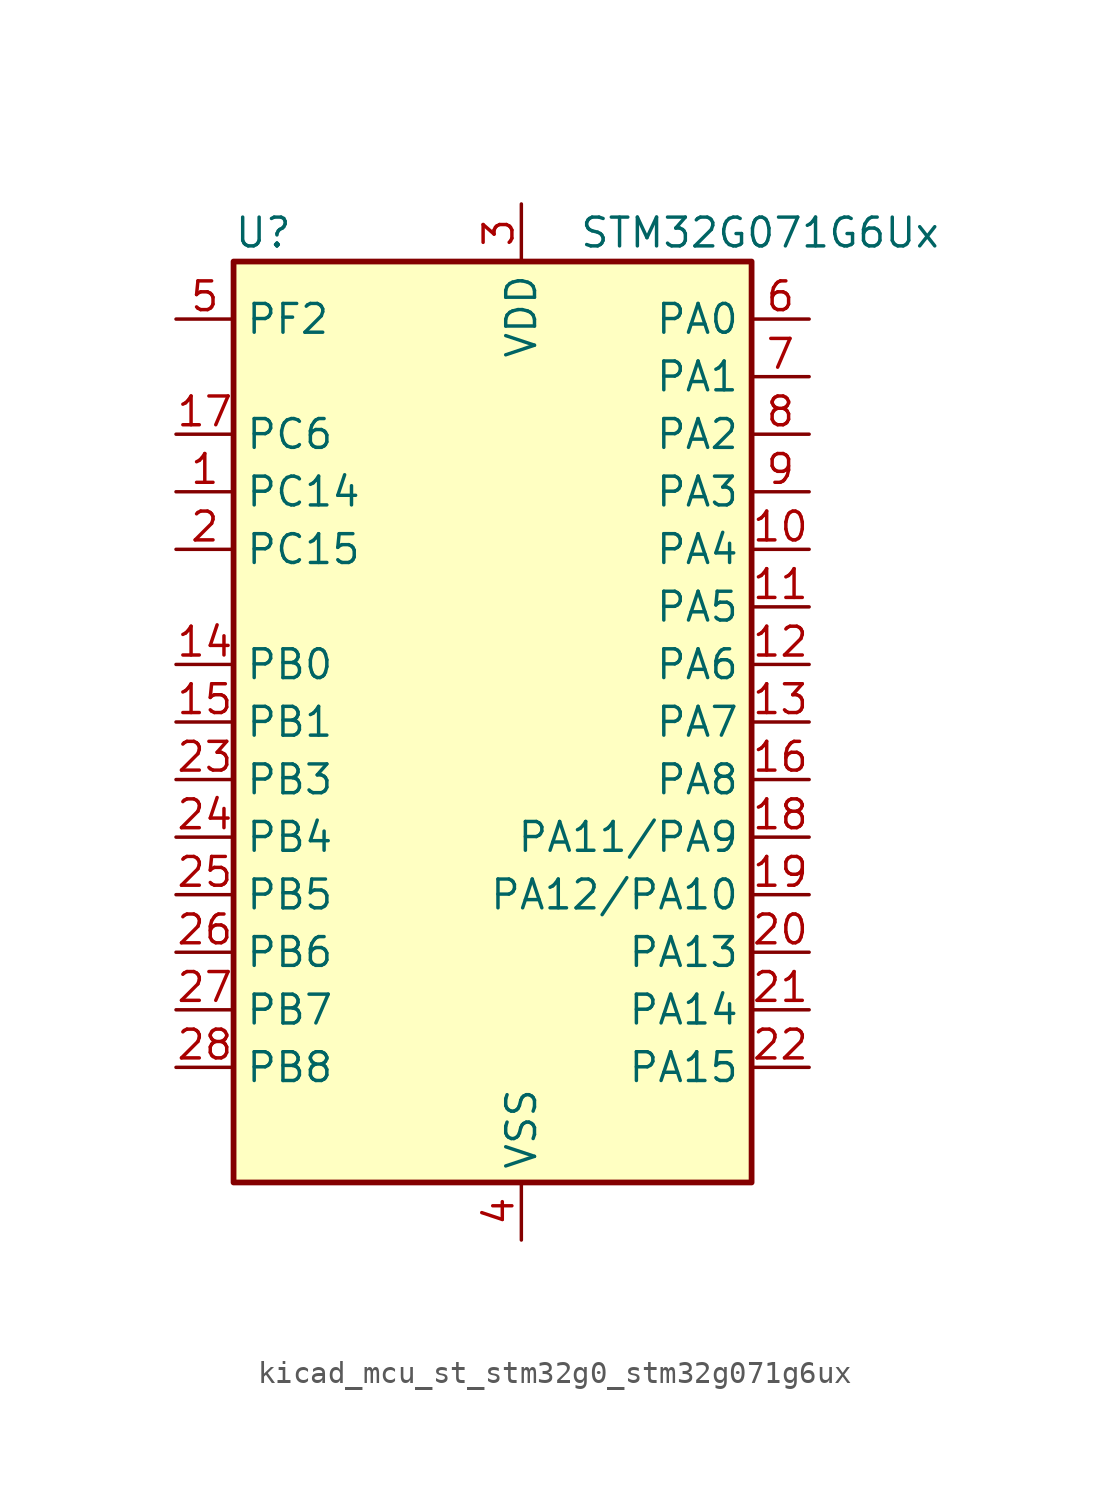
<source format=kicad_sym>
(kicad_symbol_lib
  (version 20220914)
  (generator kicad_symbol_editor)
  (symbol "kicad_mcu_st_stm32g0_stm32g071g6ux"
    (property "Reference" "U"
      (at -10.16 21.59 0)
      (effects (font (size 1.27 1.27)) (justify left)))
    (property "Value" "STM32G071G6Ux"
      (at 5.08 21.59 0)
      (effects (font (size 1.27 1.27)) (justify left)))
    (property "ki_locked" ""
      (at 0 0 0)
      (effects (font (size 1.27 1.27))))
    (symbol "kicad_mcu_st_stm32g0_stm32g071g6ux_0_1"
      (rectangle (start -10.16 -20.32) (end 12.7 20.32) (stroke (width 0.254) (type default)) (fill (type background))))
    (symbol "kicad_mcu_st_stm32g0_stm32g071g6ux_1_1"
      (pin bidirectional line (at -12.7 10.16 0) (length 2.54) (name "PC14" (effects (font (size 1.27 1.27)))) (number "1" (effects (font (size 1.27 1.27)))) (alternate "RCC_OSC32_IN" bidirectional line) (alternate "RCC_OSC_IN" bidirectional line) (alternate "TIM1_BK2" bidirectional line))
      (pin bidirectional line (at 15.24 7.62 180) (length 2.54) (name "PA4" (effects (font (size 1.27 1.27)))) (number "10" (effects (font (size 1.27 1.27)))) (alternate "ADC1_IN4" bidirectional line) (alternate "DAC1_OUT1" bidirectional line) (alternate "I2S1_WS" bidirectional line) (alternate "LPTIM2_OUT" bidirectional line) (alternate "RTC_OUT_ALARM" bidirectional line) (alternate "RTC_OUT_CALIB" bidirectional line) (alternate "RTC_TAMP_IN1" bidirectional line) (alternate "RTC_TS" bidirectional line) (alternate "SPI1_NSS" bidirectional line) (alternate "SPI2_MOSI" bidirectional line) (alternate "SYS_WKUP2" bidirectional line) (alternate "TIM14_CH1" bidirectional line))
      (pin bidirectional line (at 15.24 5.08 180) (length 2.54) (name "PA5" (effects (font (size 1.27 1.27)))) (number "11" (effects (font (size 1.27 1.27)))) (alternate "ADC1_IN5" bidirectional line) (alternate "CEC" bidirectional line) (alternate "DAC1_OUT2" bidirectional line) (alternate "I2S1_CK" bidirectional line) (alternate "LPTIM2_ETR" bidirectional line) (alternate "SPI1_SCK" bidirectional line) (alternate "TIM2_CH1" bidirectional line) (alternate "TIM2_ETR" bidirectional line) (alternate "UCPD1_FRSTX1" bidirectional line) (alternate "UCPD1_FRSTX2" bidirectional line) (alternate "USART3_TX" bidirectional line))
      (pin bidirectional line (at 15.24 2.54 180) (length 2.54) (name "PA6" (effects (font (size 1.27 1.27)))) (number "12" (effects (font (size 1.27 1.27)))) (alternate "ADC1_IN6" bidirectional line) (alternate "COMP1_OUT" bidirectional line) (alternate "I2S1_MCK" bidirectional line) (alternate "LPUART1_CTS" bidirectional line) (alternate "SPI1_MISO" bidirectional line) (alternate "TIM16_CH1" bidirectional line) (alternate "TIM1_BK" bidirectional line) (alternate "TIM3_CH1" bidirectional line) (alternate "USART3_CTS" bidirectional line) (alternate "USART3_NSS" bidirectional line))
      (pin bidirectional line (at 15.24 0 180) (length 2.54) (name "PA7" (effects (font (size 1.27 1.27)))) (number "13" (effects (font (size 1.27 1.27)))) (alternate "ADC1_IN7" bidirectional line) (alternate "COMP2_OUT" bidirectional line) (alternate "I2S1_SD" bidirectional line) (alternate "SPI1_MOSI" bidirectional line) (alternate "TIM14_CH1" bidirectional line) (alternate "TIM17_CH1" bidirectional line) (alternate "TIM1_CH1N" bidirectional line) (alternate "TIM3_CH2" bidirectional line) (alternate "UCPD1_FRSTX1" bidirectional line) (alternate "UCPD1_FRSTX2" bidirectional line))
      (pin bidirectional line (at -12.7 2.54 0) (length 2.54) (name "PB0" (effects (font (size 1.27 1.27)))) (number "14" (effects (font (size 1.27 1.27)))) (alternate "ADC1_IN8" bidirectional line) (alternate "COMP1_OUT" bidirectional line) (alternate "I2S1_WS" bidirectional line) (alternate "LPTIM1_OUT" bidirectional line) (alternate "SPI1_NSS" bidirectional line) (alternate "TIM1_CH2N" bidirectional line) (alternate "TIM3_CH3" bidirectional line) (alternate "UCPD1_FRSTX1" bidirectional line) (alternate "UCPD1_FRSTX2" bidirectional line) (alternate "USART3_RX" bidirectional line))
      (pin bidirectional line (at -12.7 0 0) (length 2.54) (name "PB1" (effects (font (size 1.27 1.27)))) (number "15" (effects (font (size 1.27 1.27)))) (alternate "ADC1_IN9" bidirectional line) (alternate "COMP1_INM" bidirectional line) (alternate "LPTIM2_IN1" bidirectional line) (alternate "LPUART1_DE" bidirectional line) (alternate "LPUART1_RTS" bidirectional line) (alternate "TIM14_CH1" bidirectional line) (alternate "TIM1_CH3N" bidirectional line) (alternate "TIM3_CH4" bidirectional line) (alternate "USART3_CK" bidirectional line) (alternate "USART3_DE" bidirectional line) (alternate "USART3_RTS" bidirectional line))
      (pin bidirectional line (at 15.24 -2.54 180) (length 2.54) (name "PA8" (effects (font (size 1.27 1.27)))) (number "16" (effects (font (size 1.27 1.27)))) (alternate "LPTIM2_OUT" bidirectional line) (alternate "RCC_MCO" bidirectional line) (alternate "SPI2_NSS" bidirectional line) (alternate "TIM1_CH1" bidirectional line) (alternate "UCPD1_CC1" bidirectional line))
      (pin bidirectional line (at -12.7 12.7 0) (length 2.54) (name "PC6" (effects (font (size 1.27 1.27)))) (number "17" (effects (font (size 1.27 1.27)))) (alternate "TIM2_CH3" bidirectional line) (alternate "TIM3_CH1" bidirectional line) (alternate "UCPD1_FRSTX1" bidirectional line) (alternate "UCPD1_FRSTX2" bidirectional line))
      (pin bidirectional line (at 15.24 -5.08 180) (length 2.54) (name "PA11/PA9" (effects (font (size 1.27 1.27)))) (number "18" (effects (font (size 1.27 1.27)))) (alternate "ADC1_EXTI11" bidirectional line) (alternate "COMP1_OUT" bidirectional line) (alternate "I2C2_SCL" bidirectional line) (alternate "I2S1_MCK" bidirectional line) (alternate "SPI1_MISO" bidirectional line) (alternate "TIM1_BK2" bidirectional line) (alternate "TIM1_CH4" bidirectional line) (alternate "USART1_CTS" bidirectional line) (alternate "USART1_NSS" bidirectional line))
      (pin bidirectional line (at 15.24 -7.62 180) (length 2.54) (name "PA12/PA10" (effects (font (size 1.27 1.27)))) (number "19" (effects (font (size 1.27 1.27)))) (alternate "COMP2_OUT" bidirectional line) (alternate "I2C2_SDA" bidirectional line) (alternate "I2S1_SD" bidirectional line) (alternate "I2S_CKIN" bidirectional line) (alternate "SPI1_MOSI" bidirectional line) (alternate "TIM1_ETR" bidirectional line) (alternate "USART1_CK" bidirectional line) (alternate "USART1_DE" bidirectional line) (alternate "USART1_RTS" bidirectional line))
      (pin bidirectional line (at -12.7 7.62 0) (length 2.54) (name "PC15" (effects (font (size 1.27 1.27)))) (number "2" (effects (font (size 1.27 1.27)))) (alternate "RCC_OSC32_EN" bidirectional line) (alternate "RCC_OSC32_OUT" bidirectional line) (alternate "RCC_OSC_EN" bidirectional line) (alternate "TIM15_BK" bidirectional line))
      (pin bidirectional line (at 15.24 -10.16 180) (length 2.54) (name "PA13" (effects (font (size 1.27 1.27)))) (number "20" (effects (font (size 1.27 1.27)))) (alternate "IR_OUT" bidirectional line) (alternate "SYS_SWDIO" bidirectional line))
      (pin bidirectional line (at 15.24 -12.7 180) (length 2.54) (name "PA14" (effects (font (size 1.27 1.27)))) (number "21" (effects (font (size 1.27 1.27)))) (alternate "SYS_SWCLK" bidirectional line) (alternate "USART2_TX" bidirectional line))
      (pin bidirectional line (at 15.24 -15.24 180) (length 2.54) (name "PA15" (effects (font (size 1.27 1.27)))) (number "22" (effects (font (size 1.27 1.27)))) (alternate "I2S1_WS" bidirectional line) (alternate "SPI1_NSS" bidirectional line) (alternate "TIM2_CH1" bidirectional line) (alternate "TIM2_ETR" bidirectional line) (alternate "USART2_RX" bidirectional line) (alternate "USART3_CK" bidirectional line) (alternate "USART3_DE" bidirectional line) (alternate "USART3_RTS" bidirectional line) (alternate "USART4_CK" bidirectional line) (alternate "USART4_DE" bidirectional line) (alternate "USART4_RTS" bidirectional line))
      (pin bidirectional line (at -12.7 -2.54 0) (length 2.54) (name "PB3" (effects (font (size 1.27 1.27)))) (number "23" (effects (font (size 1.27 1.27)))) (alternate "COMP2_INM" bidirectional line) (alternate "I2S1_CK" bidirectional line) (alternate "SPI1_SCK" bidirectional line) (alternate "TIM1_CH2" bidirectional line) (alternate "TIM2_CH2" bidirectional line) (alternate "USART1_CK" bidirectional line) (alternate "USART1_DE" bidirectional line) (alternate "USART1_RTS" bidirectional line))
      (pin bidirectional line (at -12.7 -5.08 0) (length 2.54) (name "PB4" (effects (font (size 1.27 1.27)))) (number "24" (effects (font (size 1.27 1.27)))) (alternate "COMP2_INP" bidirectional line) (alternate "I2S1_MCK" bidirectional line) (alternate "SPI1_MISO" bidirectional line) (alternate "TIM17_BK" bidirectional line) (alternate "TIM3_CH1" bidirectional line) (alternate "USART1_CTS" bidirectional line) (alternate "USART1_NSS" bidirectional line))
      (pin bidirectional line (at -12.7 -7.62 0) (length 2.54) (name "PB5" (effects (font (size 1.27 1.27)))) (number "25" (effects (font (size 1.27 1.27)))) (alternate "COMP2_OUT" bidirectional line) (alternate "I2C1_SMBA" bidirectional line) (alternate "I2S1_SD" bidirectional line) (alternate "LPTIM1_IN1" bidirectional line) (alternate "SPI1_MOSI" bidirectional line) (alternate "SYS_WKUP6" bidirectional line) (alternate "TIM16_BK" bidirectional line) (alternate "TIM3_CH2" bidirectional line))
      (pin bidirectional line (at -12.7 -10.16 0) (length 2.54) (name "PB6" (effects (font (size 1.27 1.27)))) (number "26" (effects (font (size 1.27 1.27)))) (alternate "COMP2_INP" bidirectional line) (alternate "I2C1_SCL" bidirectional line) (alternate "LPTIM1_ETR" bidirectional line) (alternate "SPI2_MISO" bidirectional line) (alternate "TIM16_CH1N" bidirectional line) (alternate "TIM1_CH3" bidirectional line) (alternate "USART1_TX" bidirectional line))
      (pin bidirectional line (at -12.7 -12.7 0) (length 2.54) (name "PB7" (effects (font (size 1.27 1.27)))) (number "27" (effects (font (size 1.27 1.27)))) (alternate "COMP2_INM" bidirectional line) (alternate "I2C1_SDA" bidirectional line) (alternate "LPTIM1_IN2" bidirectional line) (alternate "SPI2_MOSI" bidirectional line) (alternate "SYS_PVD_IN" bidirectional line) (alternate "TIM17_CH1N" bidirectional line) (alternate "USART1_RX" bidirectional line) (alternate "USART4_CTS" bidirectional line) (alternate "USART4_NSS" bidirectional line))
      (pin bidirectional line (at -12.7 -15.24 0) (length 2.54) (name "PB8" (effects (font (size 1.27 1.27)))) (number "28" (effects (font (size 1.27 1.27)))) (alternate "CEC" bidirectional line) (alternate "I2C1_SCL" bidirectional line) (alternate "SPI2_SCK" bidirectional line) (alternate "TIM15_BK" bidirectional line) (alternate "TIM16_CH1" bidirectional line) (alternate "USART3_TX" bidirectional line))
      (pin power_in line (at 2.54 22.86 270) (length 2.54) (name "VDD" (effects (font (size 1.27 1.27)))) (number "3" (effects (font (size 1.27 1.27)))))
      (pin power_in line (at 2.54 -22.86 90) (length 2.54) (name "VSS" (effects (font (size 1.27 1.27)))) (number "4" (effects (font (size 1.27 1.27)))))
      (pin bidirectional line (at -12.7 17.78 0) (length 2.54) (name "PF2" (effects (font (size 1.27 1.27)))) (number "5" (effects (font (size 1.27 1.27)))) (alternate "RCC_MCO" bidirectional line))
      (pin bidirectional line (at 15.24 17.78 180) (length 2.54) (name "PA0" (effects (font (size 1.27 1.27)))) (number "6" (effects (font (size 1.27 1.27)))) (alternate "ADC1_IN0" bidirectional line) (alternate "COMP1_INM" bidirectional line) (alternate "COMP1_OUT" bidirectional line) (alternate "LPTIM1_OUT" bidirectional line) (alternate "RTC_TAMP_IN2" bidirectional line) (alternate "SPI2_SCK" bidirectional line) (alternate "SYS_WKUP1" bidirectional line) (alternate "TIM2_CH1" bidirectional line) (alternate "TIM2_ETR" bidirectional line) (alternate "USART2_CTS" bidirectional line) (alternate "USART2_NSS" bidirectional line) (alternate "USART4_TX" bidirectional line))
      (pin bidirectional line (at 15.24 15.24 180) (length 2.54) (name "PA1" (effects (font (size 1.27 1.27)))) (number "7" (effects (font (size 1.27 1.27)))) (alternate "ADC1_IN1" bidirectional line) (alternate "COMP1_INP" bidirectional line) (alternate "I2C1_SMBA" bidirectional line) (alternate "I2S1_CK" bidirectional line) (alternate "SPI1_SCK" bidirectional line) (alternate "TIM15_CH1N" bidirectional line) (alternate "TIM2_CH2" bidirectional line) (alternate "USART2_CK" bidirectional line) (alternate "USART2_DE" bidirectional line) (alternate "USART2_RTS" bidirectional line) (alternate "USART4_RX" bidirectional line))
      (pin bidirectional line (at 15.24 12.7 180) (length 2.54) (name "PA2" (effects (font (size 1.27 1.27)))) (number "8" (effects (font (size 1.27 1.27)))) (alternate "ADC1_IN2" bidirectional line) (alternate "COMP2_INM" bidirectional line) (alternate "COMP2_OUT" bidirectional line) (alternate "I2S1_SD" bidirectional line) (alternate "LPUART1_TX" bidirectional line) (alternate "RCC_LSCO" bidirectional line) (alternate "SPI1_MOSI" bidirectional line) (alternate "SYS_WKUP4" bidirectional line) (alternate "TIM15_CH1" bidirectional line) (alternate "TIM2_CH3" bidirectional line) (alternate "UCPD1_FRSTX1" bidirectional line) (alternate "UCPD1_FRSTX2" bidirectional line) (alternate "USART2_TX" bidirectional line))
      (pin bidirectional line (at 15.24 10.16 180) (length 2.54) (name "PA3" (effects (font (size 1.27 1.27)))) (number "9" (effects (font (size 1.27 1.27)))) (alternate "ADC1_IN3" bidirectional line) (alternate "COMP2_INP" bidirectional line) (alternate "LPUART1_RX" bidirectional line) (alternate "SPI2_MISO" bidirectional line) (alternate "TIM15_CH2" bidirectional line) (alternate "TIM2_CH4" bidirectional line) (alternate "USART2_RX" bidirectional line)))))
</source>
